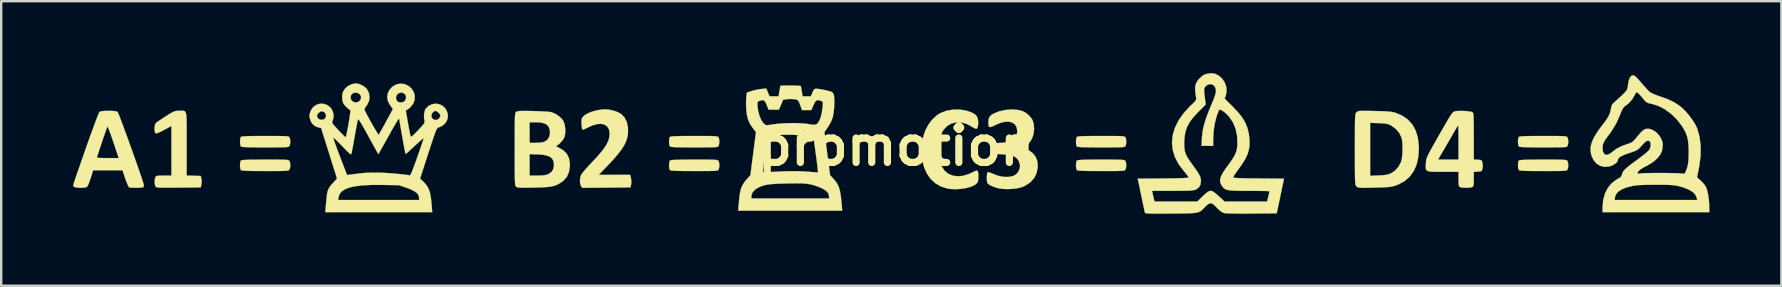
<source format=kicad_pcb>
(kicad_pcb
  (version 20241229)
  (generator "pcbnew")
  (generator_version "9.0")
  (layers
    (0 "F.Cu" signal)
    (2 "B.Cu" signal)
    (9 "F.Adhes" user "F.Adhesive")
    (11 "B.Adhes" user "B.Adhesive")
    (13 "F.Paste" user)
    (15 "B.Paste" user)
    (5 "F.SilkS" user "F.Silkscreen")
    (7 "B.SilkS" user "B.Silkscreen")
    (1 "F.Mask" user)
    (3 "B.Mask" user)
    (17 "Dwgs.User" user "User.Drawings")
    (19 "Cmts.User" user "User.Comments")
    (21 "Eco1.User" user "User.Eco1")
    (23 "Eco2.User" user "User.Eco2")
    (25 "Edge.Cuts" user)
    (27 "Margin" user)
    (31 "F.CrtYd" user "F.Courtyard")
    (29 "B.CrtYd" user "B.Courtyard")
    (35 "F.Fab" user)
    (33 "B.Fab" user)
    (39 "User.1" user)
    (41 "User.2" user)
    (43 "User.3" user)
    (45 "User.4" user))
  (footprint "promotion"
    (layer "F.Cu")
    (at 34.286 3.028)
    (property "Reference" "promotion" (at 0 0 0) (layer "F.SilkS") (effects (font (size 1.524 1.524) (thickness 0.3))))
    (attr through_hole)
    (fp_poly (pts (xy -26.009 -0.413) (xy -25.79 -0.412) (xy -25.622 -0.41) (xy -25.497 -0.407) (xy -25.407 -0.402) (xy -25.347 -0.394) (xy -25.31 -0.384) (xy -25.288 -0.371) (xy -25.276 -0.354) (xy -25.274 -0.351) (xy -25.252 -0.278) (xy -25.241 -0.182) (xy -25.241 -0.175) (xy -25.25 -0.079) (xy -25.272 -0.002) (xy -25.274 0.002) (xy -25.286 0.019) (xy -25.306 0.033) (xy -25.34 0.044) (xy -25.396 0.051) (xy -25.48 0.057) (xy -25.599 0.06) (xy -25.76 0.062) (xy -25.97 0.063) (xy -26.235 0.063) (xy -26.284 0.064) (xy -26.584 0.063) (xy -26.824 0.06) (xy -27.011 0.056) (xy -27.147 0.05) (xy -27.238 0.042) (xy -27.288 0.032) (xy -27.299 0.025) (xy -27.323 -0.032) (xy -27.334 -0.126) (xy -27.334 -0.231) (xy -27.321 -0.324) (xy -27.299 -0.375) (xy -27.268 -0.386) (xy -27.198 -0.396) (xy -27.086 -0.403) (xy -26.925 -0.408) (xy -26.713 -0.411) (xy -26.443 -0.413) (xy -26.284 -0.413) (xy -26.009 -0.413)) (stroke (width 0.01) (type solid)) (fill yes) (layer "F.SilkS"))
    (fp_poly (pts (xy -26.009 0.572) (xy -25.79 0.572) (xy -25.622 0.574) (xy -25.497 0.577) (xy -25.407 0.583) (xy -25.347 0.59) (xy -25.31 0.6) (xy -25.288 0.613) (xy -25.276 0.63) (xy -25.274 0.633) (xy -25.252 0.706) (xy -25.241 0.802) (xy -25.241 0.81) (xy -25.25 0.905) (xy -25.272 0.982) (xy -25.274 0.986) (xy -25.286 1.004) (xy -25.306 1.017) (xy -25.34 1.028) (xy -25.396 1.036) (xy -25.48 1.041) (xy -25.599 1.045) (xy -25.76 1.047) (xy -25.97 1.048) (xy -26.235 1.048) (xy -26.284 1.048) (xy -26.584 1.047) (xy -26.824 1.045) (xy -27.011 1.041) (xy -27.147 1.034) (xy -27.238 1.026) (xy -27.288 1.016) (xy -27.299 1.01) (xy -27.321 0.958) (xy -27.334 0.867) (xy -27.337 0.81) (xy -27.33 0.709) (xy -27.312 0.632) (xy -27.299 0.61) (xy -27.268 0.598) (xy -27.198 0.589) (xy -27.086 0.582) (xy -26.925 0.576) (xy -26.713 0.573) (xy -26.443 0.572) (xy -26.284 0.572) (xy -26.009 0.572)) (stroke (width 0.01) (type solid)) (fill yes) (layer "F.SilkS"))
    (fp_poly (pts (xy -8.134 -0.413) (xy -7.915 -0.412) (xy -7.747 -0.41) (xy -7.621 -0.407) (xy -7.532 -0.402) (xy -7.472 -0.394) (xy -7.435 -0.384) (xy -7.413 -0.371) (xy -7.401 -0.354) (xy -7.399 -0.351) (xy -7.376 -0.278) (xy -7.366 -0.182) (xy -7.366 -0.175) (xy -7.375 -0.079) (xy -7.397 -0.002) (xy -7.399 0.002) (xy -7.411 0.019) (xy -7.43 0.033) (xy -7.465 0.044) (xy -7.521 0.051) (xy -7.605 0.057) (xy -7.724 0.06) (xy -7.885 0.062) (xy -8.095 0.063) (xy -8.36 0.063) (xy -8.409 0.064) (xy -8.708 0.063) (xy -8.949 0.06) (xy -9.135 0.056) (xy -9.272 0.05) (xy -9.363 0.042) (xy -9.412 0.032) (xy -9.423 0.025) (xy -9.445 -0.027) (xy -9.459 -0.117) (xy -9.461 -0.175) (xy -9.454 -0.275) (xy -9.436 -0.352) (xy -9.423 -0.375) (xy -9.393 -0.386) (xy -9.323 -0.396) (xy -9.21 -0.403) (xy -9.05 -0.408) (xy -8.837 -0.411) (xy -8.568 -0.413) (xy -8.409 -0.413) (xy -8.134 -0.413)) (stroke (width 0.01) (type solid)) (fill yes) (layer "F.SilkS"))
    (fp_poly (pts (xy -8.134 0.572) (xy -7.915 0.572) (xy -7.747 0.574) (xy -7.621 0.577) (xy -7.532 0.583) (xy -7.472 0.59) (xy -7.435 0.6) (xy -7.413 0.613) (xy -7.401 0.63) (xy -7.399 0.633) (xy -7.376 0.706) (xy -7.366 0.802) (xy -7.366 0.81) (xy -7.375 0.905) (xy -7.397 0.982) (xy -7.399 0.986) (xy -7.411 1.004) (xy -7.43 1.017) (xy -7.465 1.028) (xy -7.521 1.036) (xy -7.605 1.041) (xy -7.724 1.045) (xy -7.885 1.047) (xy -8.095 1.048) (xy -8.36 1.048) (xy -8.409 1.048) (xy -8.708 1.047) (xy -8.949 1.045) (xy -9.135 1.041) (xy -9.272 1.034) (xy -9.363 1.026) (xy -9.412 1.016) (xy -9.423 1.01) (xy -9.445 0.958) (xy -9.459 0.867) (xy -9.461 0.81) (xy -9.454 0.709) (xy -9.436 0.632) (xy -9.423 0.61) (xy -9.393 0.598) (xy -9.323 0.589) (xy -9.21 0.582) (xy -9.05 0.576) (xy -8.837 0.573) (xy -8.568 0.572) (xy -8.409 0.572) (xy -8.134 0.572)) (stroke (width 0.01) (type solid)) (fill yes) (layer "F.SilkS"))
    (fp_poly (pts (xy 8.821 -0.413) (xy 9.039 -0.412) (xy 9.208 -0.41) (xy 9.333 -0.407) (xy 9.422 -0.402) (xy 9.482 -0.394) (xy 9.52 -0.384) (xy 9.541 -0.371) (xy 9.554 -0.354) (xy 9.556 -0.351) (xy 9.578 -0.278) (xy 9.588 -0.182) (xy 9.588 -0.175) (xy 9.58 -0.079) (xy 9.558 -0.002) (xy 9.556 0.002) (xy 9.544 0.019) (xy 9.524 0.033) (xy 9.49 0.044) (xy 9.434 0.051) (xy 9.35 0.057) (xy 9.231 0.06) (xy 9.07 0.062) (xy 8.86 0.063) (xy 8.594 0.063) (xy 8.546 0.064) (xy 8.246 0.063) (xy 8.005 0.06) (xy 7.819 0.056) (xy 7.683 0.05) (xy 7.592 0.042) (xy 7.542 0.032) (xy 7.531 0.025) (xy 7.509 -0.027) (xy 7.495 -0.117) (xy 7.493 -0.175) (xy 7.5 -0.275) (xy 7.518 -0.352) (xy 7.531 -0.375) (xy 7.562 -0.386) (xy 7.631 -0.396) (xy 7.744 -0.403) (xy 7.905 -0.408) (xy 8.117 -0.411) (xy 8.387 -0.413) (xy 8.546 -0.413) (xy 8.821 -0.413)) (stroke (width 0.01) (type solid)) (fill yes) (layer "F.SilkS"))
    (fp_poly (pts (xy 8.821 0.572) (xy 9.039 0.572) (xy 9.208 0.574) (xy 9.333 0.577) (xy 9.422 0.583) (xy 9.482 0.59) (xy 9.52 0.6) (xy 9.541 0.613) (xy 9.554 0.63) (xy 9.556 0.633) (xy 9.578 0.706) (xy 9.588 0.802) (xy 9.588 0.81) (xy 9.58 0.905) (xy 9.558 0.982) (xy 9.556 0.986) (xy 9.544 1.004) (xy 9.524 1.017) (xy 9.49 1.028) (xy 9.434 1.036) (xy 9.35 1.041) (xy 9.231 1.045) (xy 9.07 1.047) (xy 8.86 1.048) (xy 8.594 1.048) (xy 8.546 1.048) (xy 8.246 1.047) (xy 8.005 1.045) (xy 7.819 1.041) (xy 7.683 1.034) (xy 7.592 1.026) (xy 7.542 1.016) (xy 7.531 1.01) (xy 7.509 0.958) (xy 7.495 0.867) (xy 7.493 0.81) (xy 7.5 0.709) (xy 7.518 0.632) (xy 7.531 0.61) (xy 7.562 0.598) (xy 7.631 0.589) (xy 7.744 0.582) (xy 7.905 0.576) (xy 8.117 0.573) (xy 8.387 0.572) (xy 8.546 0.572) (xy 8.821 0.572)) (stroke (width 0.01) (type solid)) (fill yes) (layer "F.SilkS"))
    (fp_poly (pts (xy 27.236 -0.413) (xy 27.454 -0.412) (xy 27.623 -0.41) (xy 27.748 -0.407) (xy 27.837 -0.402) (xy 27.897 -0.394) (xy 27.935 -0.384) (xy 27.956 -0.371) (xy 27.969 -0.354) (xy 27.971 -0.351) (xy 27.993 -0.278) (xy 28.003 -0.182) (xy 28.003 -0.175) (xy 27.995 -0.079) (xy 27.973 -0.002) (xy 27.971 0.002) (xy 27.959 0.019) (xy 27.939 0.033) (xy 27.905 0.044) (xy 27.849 0.051) (xy 27.765 0.057) (xy 27.646 0.06) (xy 27.485 0.062) (xy 27.275 0.063) (xy 27.009 0.063) (xy 26.961 0.064) (xy 26.661 0.063) (xy 26.42 0.06) (xy 26.234 0.056) (xy 26.098 0.05) (xy 26.007 0.042) (xy 25.957 0.032) (xy 25.946 0.025) (xy 25.924 -0.027) (xy 25.91 -0.117) (xy 25.908 -0.175) (xy 25.915 -0.275) (xy 25.933 -0.352) (xy 25.946 -0.375) (xy 25.977 -0.386) (xy 26.046 -0.396) (xy 26.159 -0.403) (xy 26.32 -0.408) (xy 26.532 -0.411) (xy 26.802 -0.413) (xy 26.961 -0.413) (xy 27.236 -0.413)) (stroke (width 0.01) (type solid)) (fill yes) (layer "F.SilkS"))
    (fp_poly (pts (xy 27.236 0.572) (xy 27.454 0.572) (xy 27.623 0.574) (xy 27.748 0.577) (xy 27.837 0.583) (xy 27.897 0.59) (xy 27.935 0.6) (xy 27.956 0.613) (xy 27.969 0.63) (xy 27.971 0.633) (xy 27.993 0.706) (xy 28.003 0.802) (xy 28.003 0.81) (xy 27.995 0.905) (xy 27.973 0.982) (xy 27.971 0.986) (xy 27.959 1.004) (xy 27.939 1.017) (xy 27.905 1.028) (xy 27.849 1.036) (xy 27.765 1.041) (xy 27.646 1.045) (xy 27.485 1.047) (xy 27.275 1.048) (xy 27.009 1.048) (xy 26.961 1.048) (xy 26.661 1.047) (xy 26.42 1.045) (xy 26.234 1.041) (xy 26.098 1.034) (xy 26.007 1.026) (xy 25.957 1.016) (xy 25.946 1.01) (xy 25.924 0.958) (xy 25.91 0.867) (xy 25.908 0.81) (xy 25.915 0.709) (xy 25.933 0.632) (xy 25.946 0.61) (xy 25.977 0.598) (xy 26.046 0.589) (xy 26.159 0.582) (xy 26.32 0.576) (xy 26.532 0.573) (xy 26.802 0.572) (xy 26.961 0.572) (xy 27.236 0.572)) (stroke (width 0.01) (type solid)) (fill yes) (layer "F.SilkS"))
    (fp_poly (pts (xy -29.68 -1.46) (xy -29.641 -1.446) (xy -29.612 -1.414) (xy -29.59 -1.361) (xy -29.575 -1.28) (xy -29.566 -1.166) (xy -29.561 -1.013) (xy -29.559 -0.816) (xy -29.559 -0.569) (xy -29.559 -0.267) (xy -29.559 -0.093) (xy -29.559 1.236) (xy -28.974 1.254) (xy -28.945 1.357) (xy -28.931 1.477) (xy -28.944 1.595) (xy -28.972 1.73) (xy -29.899 1.739) (xy -30.166 1.741) (xy -30.377 1.742) (xy -30.538 1.742) (xy -30.657 1.739) (xy -30.74 1.735) (xy -30.795 1.727) (xy -30.829 1.717) (xy -30.848 1.703) (xy -30.86 1.685) (xy -30.884 1.598) (xy -30.892 1.481) (xy -30.881 1.367) (xy -30.86 1.3) (xy -30.838 1.271) (xy -30.801 1.253) (xy -30.735 1.243) (xy -30.628 1.239) (xy -30.511 1.238) (xy -30.194 1.238) (xy -30.194 -0.83) (xy -30.497 -0.666) (xy -30.625 -0.601) (xy -30.735 -0.551) (xy -30.815 -0.523) (xy -30.846 -0.52) (xy -30.877 -0.562) (xy -30.893 -0.645) (xy -30.895 -0.748) (xy -30.883 -0.85) (xy -30.858 -0.93) (xy -30.837 -0.959) (xy -30.79 -0.994) (xy -30.702 -1.054) (xy -30.583 -1.132) (xy -30.448 -1.22) (xy -30.426 -1.234) (xy -30.281 -1.326) (xy -30.175 -1.389) (xy -30.095 -1.428) (xy -30.028 -1.45) (xy -29.96 -1.459) (xy -29.877 -1.46) (xy -29.865 -1.461) (xy -29.791 -1.462) (xy -29.73 -1.464) (xy -29.68 -1.46)) (stroke (width 0.01) (type solid)) (fill yes) (layer "F.SilkS"))
    (fp_poly (pts (xy -11.941 -1.507) (xy -11.75 -1.462) (xy -11.574 -1.395) (xy -11.445 -1.319) (xy -11.314 -1.18) (xy -11.222 -0.998) (xy -11.174 -0.783) (xy -11.171 -0.542) (xy -11.177 -0.485) (xy -11.205 -0.333) (xy -11.255 -0.182) (xy -11.329 -0.028) (xy -11.434 0.138) (xy -11.572 0.322) (xy -11.749 0.529) (xy -11.969 0.768) (xy -12.071 0.875) (xy -12.391 1.206) (xy -11.083 1.206) (xy -11.049 1.335) (xy -11.03 1.498) (xy -11.04 1.597) (xy -11.067 1.73) (xy -12.072 1.739) (xy -13.077 1.747) (xy -13.127 1.676) (xy -13.164 1.579) (xy -13.174 1.449) (xy -13.158 1.311) (xy -13.13 1.221) (xy -13.094 1.163) (xy -13.02 1.069) (xy -12.919 0.95) (xy -12.797 0.815) (xy -12.685 0.696) (xy -12.465 0.461) (xy -12.29 0.259) (xy -12.155 0.084) (xy -12.057 -0.072) (xy -11.991 -0.215) (xy -11.953 -0.353) (xy -11.938 -0.492) (xy -11.938 -0.524) (xy -11.962 -0.683) (xy -12.032 -0.803) (xy -12.141 -0.882) (xy -12.285 -0.918) (xy -12.457 -0.909) (xy -12.653 -0.854) (xy -12.826 -0.774) (xy -12.932 -0.721) (xy -13.017 -0.686) (xy -13.066 -0.676) (xy -13.071 -0.678) (xy -13.085 -0.719) (xy -13.098 -0.805) (xy -13.107 -0.906) (xy -13.11 -1.042) (xy -13.095 -1.134) (xy -13.068 -1.19) (xy -12.984 -1.274) (xy -12.85 -1.353) (xy -12.681 -1.422) (xy -12.49 -1.477) (xy -12.293 -1.512) (xy -12.123 -1.524) (xy -11.941 -1.507)) (stroke (width 0.01) (type solid)) (fill yes) (layer "F.SilkS"))
    (fp_poly (pts (xy 2.896 -1.476) (xy 3.139 -1.394) (xy 3.23 -1.347) (xy 3.323 -1.28) (xy 3.376 -1.203) (xy 3.399 -1.137) (xy 3.416 -1.028) (xy 3.417 -0.912) (xy 3.402 -0.807) (xy 3.375 -0.733) (xy 3.352 -0.711) (xy 3.305 -0.719) (xy 3.226 -0.756) (xy 3.161 -0.796) (xy 2.94 -0.915) (xy 2.719 -0.976) (xy 2.505 -0.981) (xy 2.306 -0.932) (xy 2.128 -0.829) (xy 1.979 -0.675) (xy 1.89 -0.529) (xy 1.814 -0.314) (xy 1.77 -0.064) (xy 1.76 0.203) (xy 1.783 0.468) (xy 1.84 0.711) (xy 1.892 0.844) (xy 2.008 1.023) (xy 2.162 1.154) (xy 2.347 1.236) (xy 2.556 1.268) (xy 2.784 1.248) (xy 3.024 1.175) (xy 3.134 1.125) (xy 3.254 1.066) (xy 3.33 1.036) (xy 3.375 1.032) (xy 3.399 1.049) (xy 3.399 1.05) (xy 3.418 1.116) (xy 3.427 1.219) (xy 3.425 1.338) (xy 3.414 1.446) (xy 3.399 1.505) (xy 3.336 1.586) (xy 3.222 1.658) (xy 3.068 1.718) (xy 2.883 1.764) (xy 2.679 1.794) (xy 2.468 1.805) (xy 2.261 1.795) (xy 2.133 1.776) (xy 1.868 1.693) (xy 1.633 1.556) (xy 1.434 1.372) (xy 1.275 1.143) (xy 1.161 0.876) (xy 1.128 0.759) (xy 1.101 0.592) (xy 1.086 0.384) (xy 1.081 0.157) (xy 1.089 -0.066) (xy 1.108 -0.265) (xy 1.128 -0.378) (xy 1.216 -0.643) (xy 1.347 -0.89) (xy 1.513 -1.106) (xy 1.704 -1.279) (xy 1.847 -1.368) (xy 2.089 -1.461) (xy 2.355 -1.509) (xy 2.63 -1.514) (xy 2.896 -1.476)) (stroke (width 0.01) (type solid)) (fill yes) (layer "F.SilkS"))
    (fp_poly (pts (xy 5.077 -1.497) (xy 5.247 -1.457) (xy 5.39 -1.386) (xy 5.529 -1.275) (xy 5.641 -1.144) (xy 5.687 -1.065) (xy 5.734 -0.901) (xy 5.748 -0.708) (xy 5.728 -0.513) (xy 5.675 -0.34) (xy 5.672 -0.333) (xy 5.598 -0.199) (xy 5.514 -0.105) (xy 5.398 -0.028) (xy 5.347 -0.002) (xy 5.274 0.037) (xy 5.253 0.06) (xy 5.277 0.076) (xy 5.286 0.08) (xy 5.52 0.18) (xy 5.698 0.309) (xy 5.819 0.467) (xy 5.886 0.656) (xy 5.9 0.877) (xy 5.898 0.904) (xy 5.849 1.14) (xy 5.746 1.345) (xy 5.589 1.518) (xy 5.382 1.656) (xy 5.248 1.715) (xy 5.079 1.761) (xy 4.872 1.79) (xy 4.649 1.8) (xy 4.436 1.792) (xy 4.254 1.764) (xy 4.247 1.762) (xy 4.087 1.714) (xy 3.951 1.656) (xy 3.85 1.596) (xy 3.799 1.541) (xy 3.798 1.539) (xy 3.785 1.471) (xy 3.779 1.373) (xy 3.78 1.266) (xy 3.788 1.171) (xy 3.802 1.108) (xy 3.81 1.095) (xy 3.854 1.097) (xy 3.935 1.122) (xy 4.011 1.155) (xy 4.246 1.245) (xy 4.476 1.291) (xy 4.689 1.294) (xy 4.875 1.253) (xy 4.965 1.209) (xy 5.065 1.116) (xy 5.135 0.989) (xy 5.163 0.853) (xy 5.157 0.781) (xy 5.111 0.636) (xy 5.039 0.526) (xy 4.932 0.447) (xy 4.783 0.394) (xy 4.585 0.362) (xy 4.445 0.351) (xy 4.112 0.333) (xy 4.083 0.216) (xy 4.07 0.076) (xy 4.084 -0.006) (xy 4.114 -0.111) (xy 4.414 -0.129) (xy 4.603 -0.148) (xy 4.747 -0.176) (xy 4.819 -0.202) (xy 4.942 -0.301) (xy 5.021 -0.438) (xy 5.048 -0.603) (xy 5.024 -0.766) (xy 4.954 -0.89) (xy 4.844 -0.971) (xy 4.698 -1.009) (xy 4.522 -1.003) (xy 4.321 -0.951) (xy 4.139 -0.872) (xy 4.008 -0.809) (xy 3.923 -0.783) (xy 3.873 -0.795) (xy 3.849 -0.85) (xy 3.842 -0.95) (xy 3.842 -0.974) (xy 3.854 -1.116) (xy 3.896 -1.217) (xy 3.982 -1.297) (xy 4.056 -1.342) (xy 4.285 -1.437) (xy 4.546 -1.496) (xy 4.817 -1.517) (xy 5.077 -1.497)) (stroke (width 0.01) (type solid)) (fill yes) (layer "F.SilkS"))
    (fp_poly (pts (xy 23.641 -1.457) (xy 23.782 -1.448) (xy 23.904 -1.433) (xy 23.989 -1.414) (xy 24.014 -1.401) (xy 24.029 -1.383) (xy 24.041 -1.352) (xy 24.05 -1.301) (xy 24.057 -1.223) (xy 24.061 -1.112) (xy 24.064 -0.961) (xy 24.066 -0.762) (xy 24.066 -0.509) (xy 24.067 -0.395) (xy 24.067 0.568) (xy 24.233 0.578) (xy 24.331 0.586) (xy 24.384 0.603) (xy 24.411 0.643) (xy 24.429 0.706) (xy 24.442 0.859) (xy 24.429 0.945) (xy 24.409 1.014) (xy 24.38 1.051) (xy 24.323 1.066) (xy 24.233 1.073) (xy 24.067 1.083) (xy 24.067 1.382) (xy 24.065 1.524) (xy 24.059 1.616) (xy 24.046 1.671) (xy 24.024 1.701) (xy 24.005 1.713) (xy 23.934 1.733) (xy 23.824 1.743) (xy 23.7 1.744) (xy 23.585 1.736) (xy 23.502 1.719) (xy 23.487 1.712) (xy 23.46 1.687) (xy 23.444 1.641) (xy 23.435 1.561) (xy 23.432 1.436) (xy 23.431 1.38) (xy 23.431 1.079) (xy 22.782 1.079) (xy 22.548 1.079) (xy 22.37 1.077) (xy 22.241 1.068) (xy 22.153 1.049) (xy 22.099 1.016) (xy 22.072 0.965) (xy 22.064 0.893) (xy 22.068 0.796) (xy 22.073 0.715) (xy 22.078 0.654) (xy 22.084 0.598) (xy 22.09 0.572) (xy 22.576 0.572) (xy 23.431 0.572) (xy 23.431 -0.143) (xy 23.431 -0.348) (xy 23.429 -0.53) (xy 23.427 -0.681) (xy 23.424 -0.79) (xy 23.42 -0.849) (xy 23.418 -0.857) (xy 23.398 -0.831) (xy 23.354 -0.76) (xy 23.29 -0.655) (xy 23.214 -0.525) (xy 23.2 -0.5) (xy 23.095 -0.318) (xy 22.975 -0.112) (xy 22.858 0.091) (xy 22.785 0.214) (xy 22.576 0.572) (xy 22.09 0.572) (xy 22.097 0.542) (xy 22.118 0.479) (xy 22.152 0.402) (xy 22.2 0.305) (xy 22.267 0.18) (xy 22.355 0.021) (xy 22.468 -0.179) (xy 22.609 -0.427) (xy 22.628 -0.461) (xy 22.774 -0.716) (xy 22.892 -0.921) (xy 22.986 -1.082) (xy 23.06 -1.205) (xy 23.118 -1.294) (xy 23.164 -1.356) (xy 23.2 -1.397) (xy 23.231 -1.421) (xy 23.261 -1.434) (xy 23.276 -1.438) (xy 23.371 -1.453) (xy 23.498 -1.458) (xy 23.641 -1.457)) (stroke (width 0.01) (type solid)) (fill yes) (layer "F.SilkS"))
    (fp_poly (pts (xy 19.568 -1.46) (xy 19.749 -1.457) (xy 19.934 -1.453) (xy 20.174 -1.447) (xy 20.36 -1.44) (xy 20.503 -1.432) (xy 20.615 -1.42) (xy 20.705 -1.405) (xy 20.784 -1.385) (xy 20.82 -1.373) (xy 21.097 -1.253) (xy 21.327 -1.091) (xy 21.51 -0.885) (xy 21.647 -0.637) (xy 21.735 -0.348) (xy 21.776 -0.017) (xy 21.779 0.111) (xy 21.756 0.466) (xy 21.685 0.779) (xy 21.566 1.049) (xy 21.401 1.277) (xy 21.189 1.463) (xy 20.931 1.606) (xy 20.787 1.659) (xy 20.709 1.682) (xy 20.623 1.7) (xy 20.52 1.713) (xy 20.389 1.723) (xy 20.219 1.731) (xy 19.999 1.737) (xy 19.919 1.739) (xy 19.696 1.743) (xy 19.527 1.746) (xy 19.405 1.745) (xy 19.319 1.741) (xy 19.262 1.733) (xy 19.225 1.721) (xy 19.198 1.702) (xy 19.18 1.686) (xy 19.165 1.669) (xy 19.152 1.649) (xy 19.141 1.62) (xy 19.133 1.575) (xy 19.126 1.511) (xy 19.121 1.42) (xy 19.118 1.298) (xy 19.117 1.246) (xy 19.748 1.246) (xy 20.106 1.232) (xy 20.282 1.222) (xy 20.412 1.207) (xy 20.512 1.184) (xy 20.599 1.151) (xy 20.615 1.144) (xy 20.788 1.028) (xy 20.933 0.865) (xy 21.035 0.672) (xy 21.041 0.654) (xy 21.07 0.53) (xy 21.089 0.364) (xy 21.098 0.175) (xy 21.097 -0.016) (xy 21.085 -0.189) (xy 21.062 -0.324) (xy 21.057 -0.34) (xy 20.97 -0.527) (xy 20.833 -0.694) (xy 20.661 -0.826) (xy 20.637 -0.84) (xy 20.553 -0.882) (xy 20.476 -0.91) (xy 20.388 -0.928) (xy 20.272 -0.939) (xy 20.11 -0.947) (xy 20.106 -0.947) (xy 19.748 -0.96) (xy 19.748 1.246) (xy 19.117 1.246) (xy 19.116 1.139) (xy 19.114 0.937) (xy 19.114 0.686) (xy 19.114 0.381) (xy 19.113 0.143) (xy 19.114 -0.201) (xy 19.114 -0.488) (xy 19.115 -0.722) (xy 19.116 -0.91) (xy 19.119 -1.056) (xy 19.123 -1.167) (xy 19.128 -1.249) (xy 19.135 -1.306) (xy 19.145 -1.345) (xy 19.156 -1.371) (xy 19.17 -1.389) (xy 19.18 -1.4) (xy 19.205 -1.422) (xy 19.234 -1.439) (xy 19.276 -1.45) (xy 19.34 -1.457) (xy 19.434 -1.46) (xy 19.568 -1.46)) (stroke (width 0.01) (type solid)) (fill yes) (layer "F.SilkS"))
    (fp_poly (pts (xy -32.617 -1.455) (xy -32.509 -1.442) (xy -32.444 -1.423) (xy -32.44 -1.421) (xy -32.421 -1.385) (xy -32.384 -1.296) (xy -32.331 -1.162) (xy -32.265 -0.988) (xy -32.188 -0.782) (xy -32.103 -0.551) (xy -32.012 -0.301) (xy -31.918 -0.041) (xy -31.823 0.224) (xy -31.73 0.486) (xy -31.641 0.738) (xy -31.559 0.973) (xy -31.486 1.185) (xy -31.425 1.366) (xy -31.378 1.509) (xy -31.348 1.608) (xy -31.337 1.655) (xy -31.337 1.656) (xy -31.363 1.711) (xy -31.387 1.727) (xy -31.448 1.737) (xy -31.551 1.744) (xy -31.674 1.746) (xy -31.796 1.744) (xy -31.897 1.737) (xy -31.952 1.728) (xy -31.982 1.691) (xy -32.024 1.605) (xy -32.074 1.481) (xy -32.116 1.363) (xy -32.232 1.016) (xy -33.456 1.016) (xy -33.558 1.341) (xy -33.605 1.479) (xy -33.651 1.596) (xy -33.69 1.678) (xy -33.711 1.707) (xy -33.775 1.73) (xy -33.876 1.744) (xy -33.996 1.747) (xy -34.113 1.741) (xy -34.207 1.724) (xy -34.257 1.7) (xy -34.267 1.69) (xy -34.275 1.682) (xy -34.281 1.67) (xy -34.281 1.651) (xy -34.276 1.618) (xy -34.263 1.568) (xy -34.241 1.496) (xy -34.209 1.396) (xy -34.165 1.264) (xy -34.107 1.096) (xy -34.033 0.886) (xy -33.944 0.63) (xy -33.887 0.468) (xy -33.298 0.468) (xy -33.289 0.484) (xy -33.245 0.496) (xy -33.158 0.503) (xy -33.022 0.507) (xy -32.851 0.508) (xy -32.39 0.508) (xy -32.613 -0.161) (xy -32.679 -0.353) (xy -32.739 -0.521) (xy -32.79 -0.657) (xy -32.83 -0.753) (xy -32.855 -0.801) (xy -32.861 -0.804) (xy -32.878 -0.767) (xy -32.911 -0.679) (xy -32.957 -0.55) (xy -33.012 -0.39) (xy -33.074 -0.207) (xy -33.084 -0.175) (xy -33.146 0.012) (xy -33.201 0.179) (xy -33.247 0.317) (xy -33.28 0.416) (xy -33.297 0.466) (xy -33.298 0.468) (xy -33.887 0.468) (xy -33.836 0.323) (xy -33.729 0.016) (xy -33.627 -0.272) (xy -33.531 -0.54) (xy -33.442 -0.784) (xy -33.362 -0.997) (xy -33.295 -1.174) (xy -33.241 -1.307) (xy -33.204 -1.392) (xy -33.187 -1.421) (xy -33.128 -1.44) (xy -33.024 -1.454) (xy -32.892 -1.46) (xy -32.751 -1.461) (xy -32.617 -1.455)) (stroke (width 0.01) (type solid)) (fill yes) (layer "F.SilkS"))
    (fp_poly (pts (xy -15.405 -1.456) (xy -15.198 -1.453) (xy -15.113 -1.451) (xy -14.903 -1.445) (xy -14.71 -1.436) (xy -14.546 -1.426) (xy -14.421 -1.414) (xy -14.349 -1.401) (xy -14.345 -1.4) (xy -14.194 -1.334) (xy -14.048 -1.237) (xy -13.928 -1.126) (xy -13.862 -1.032) (xy -13.809 -0.884) (xy -13.784 -0.71) (xy -13.786 -0.534) (xy -13.816 -0.381) (xy -13.838 -0.327) (xy -13.896 -0.237) (xy -13.975 -0.144) (xy -14.059 -0.064) (xy -14.133 -0.011) (xy -14.17 0.002) (xy -14.165 0.014) (xy -14.114 0.045) (xy -14.049 0.076) (xy -13.856 0.192) (xy -13.717 0.338) (xy -13.63 0.517) (xy -13.594 0.733) (xy -13.596 0.872) (xy -13.634 1.1) (xy -13.719 1.288) (xy -13.855 1.443) (xy -13.95 1.516) (xy -14.052 1.58) (xy -14.15 1.63) (xy -14.256 1.667) (xy -14.378 1.694) (xy -14.528 1.713) (xy -14.716 1.726) (xy -14.952 1.734) (xy -15.097 1.738) (xy -15.327 1.742) (xy -15.501 1.743) (xy -15.629 1.741) (xy -15.719 1.735) (xy -15.778 1.725) (xy -15.816 1.711) (xy -15.827 1.704) (xy -15.842 1.691) (xy -15.854 1.673) (xy -15.864 1.645) (xy -15.872 1.6) (xy -15.878 1.534) (xy -15.883 1.441) (xy -15.886 1.316) (xy -15.887 1.238) (xy -15.272 1.238) (xy -14.946 1.238) (xy -14.773 1.234) (xy -14.646 1.222) (xy -14.549 1.2) (xy -14.488 1.177) (xy -14.36 1.089) (xy -14.283 0.964) (xy -14.256 0.8) (xy -14.256 0.792) (xy -14.273 0.647) (xy -14.327 0.535) (xy -14.424 0.452) (xy -14.569 0.397) (xy -14.765 0.365) (xy -14.93 0.355) (xy -15.272 0.344) (xy -15.272 1.238) (xy -15.887 1.238) (xy -15.889 1.152) (xy -15.89 0.945) (xy -15.891 0.689) (xy -15.891 0.379) (xy -15.891 0.143) (xy -15.891 -0.206) (xy -15.89 -0.497) (xy -15.89 -0.736) (xy -15.888 -0.927) (xy -15.887 -0.984) (xy -15.272 -0.984) (xy -15.272 -0.127) (xy -15.017 -0.127) (xy -14.862 -0.133) (xy -14.73 -0.151) (xy -14.652 -0.173) (xy -14.527 -0.256) (xy -14.45 -0.38) (xy -14.422 -0.54) (xy -14.423 -0.595) (xy -14.452 -0.742) (xy -14.517 -0.851) (xy -14.625 -0.925) (xy -14.78 -0.969) (xy -14.987 -0.984) (xy -15.017 -0.984) (xy -15.272 -0.984) (xy -15.887 -0.984) (xy -15.885 -1.077) (xy -15.882 -1.191) (xy -15.876 -1.274) (xy -15.87 -1.332) (xy -15.861 -1.37) (xy -15.85 -1.394) (xy -15.837 -1.41) (xy -15.827 -1.418) (xy -15.796 -1.434) (xy -15.747 -1.446) (xy -15.671 -1.453) (xy -15.56 -1.456) (xy -15.405 -1.456)) (stroke (width 0.01) (type solid)) (fill yes) (layer "F.SilkS"))
    (fp_poly (pts (xy -4.336 -2.513) (xy -4.201 -2.51) (xy -4.085 -2.505) (xy -4.005 -2.499) (xy -3.975 -2.493) (xy -3.965 -2.459) (xy -3.949 -2.38) (xy -3.931 -2.274) (xy -3.896 -2.064) (xy -3.552 -2.064) (xy -3.487 -2.223) (xy -3.444 -2.315) (xy -3.406 -2.363) (xy -3.358 -2.379) (xy -3.322 -2.381) (xy -3.225 -2.372) (xy -3.091 -2.35) (xy -2.944 -2.321) (xy -2.807 -2.287) (xy -2.704 -2.256) (xy -2.692 -2.251) (xy -2.64 -2.214) (xy -2.603 -2.148) (xy -2.582 -2.045) (xy -2.574 -1.898) (xy -2.579 -1.699) (xy -2.585 -1.577) (xy -2.607 -1.361) (xy -2.645 -1.181) (xy -2.708 -1.016) (xy -2.804 -0.843) (xy -2.888 -0.716) (xy -2.987 -0.573) (xy -2.752 1.222) (xy -2.618 1.365) (xy -2.521 1.477) (xy -2.446 1.59) (xy -2.388 1.715) (xy -2.344 1.864) (xy -2.311 2.047) (xy -2.284 2.276) (xy -2.269 2.437) (xy -2.248 2.699) (xy -6.578 2.699) (xy -6.557 2.421) (xy -6.536 2.191) (xy -6.032 2.191) (xy -2.794 2.191) (xy -2.794 2.098) (xy -2.824 1.981) (xy -2.913 1.875) (xy -3.064 1.779) (xy -3.2 1.719) (xy -3.346 1.666) (xy -3.478 1.625) (xy -3.609 1.595) (xy -3.75 1.575) (xy -3.911 1.563) (xy -4.105 1.559) (xy -4.342 1.56) (xy -4.564 1.565) (xy -4.834 1.572) (xy -5.052 1.582) (xy -5.227 1.596) (xy -5.37 1.615) (xy -5.49 1.641) (xy -5.599 1.675) (xy -5.707 1.72) (xy -5.766 1.748) (xy -5.899 1.838) (xy -5.991 1.954) (xy -6.031 2.081) (xy -6.032 2.103) (xy -6.032 2.191) (xy -6.536 2.191) (xy -6.534 2.169) (xy -6.507 1.968) (xy -6.47 1.807) (xy -6.419 1.672) (xy -6.351 1.552) (xy -6.262 1.435) (xy -6.213 1.379) (xy -6.071 1.221) (xy -6.053 1.081) (xy -5.556 1.081) (xy -5.538 1.102) (xy -5.475 1.108) (xy -5.36 1.1) (xy -5.358 1.099) (xy -5.257 1.091) (xy -5.11 1.082) (xy -4.93 1.073) (xy -4.736 1.064) (xy -4.62 1.059) (xy -4.364 1.054) (xy -4.099 1.056) (xy -3.852 1.064) (xy -3.67 1.076) (xy -3.517 1.089) (xy -3.388 1.098) (xy -3.297 1.104) (xy -3.255 1.104) (xy -3.254 1.104) (xy -3.255 1.071) (xy -3.264 0.986) (xy -3.279 0.86) (xy -3.298 0.705) (xy -3.321 0.53) (xy -3.345 0.348) (xy -3.369 0.169) (xy -3.392 0.005) (xy -3.412 -0.134) (xy -3.428 -0.237) (xy -3.438 -0.293) (xy -3.439 -0.298) (xy -3.48 -0.335) (xy -3.577 -0.368) (xy -3.73 -0.4) (xy -3.944 -0.431) (xy -4.08 -0.446) (xy -4.298 -0.463) (xy -4.524 -0.466) (xy -4.746 -0.459) (xy -4.951 -0.441) (xy -5.128 -0.414) (xy -5.264 -0.379) (xy -5.344 -0.339) (xy -5.364 -0.307) (xy -5.385 -0.238) (xy -5.407 -0.125) (xy -5.432 0.036) (xy -5.46 0.253) (xy -5.475 0.37) (xy -5.499 0.572) (xy -5.52 0.752) (xy -5.538 0.903) (xy -5.55 1.013) (xy -5.556 1.074) (xy -5.556 1.081) (xy -6.053 1.081) (xy -5.84 -0.575) (xy -5.966 -0.735) (xy -6.092 -0.921) (xy -6.177 -1.12) (xy -6.228 -1.349) (xy -6.248 -1.563) (xy -6.252 -1.722) (xy -6.251 -1.778) (xy -5.779 -1.778) (xy -5.776 -1.692) (xy -5.77 -1.604) (xy -5.742 -1.422) (xy -5.691 -1.243) (xy -5.623 -1.085) (xy -5.544 -0.963) (xy -5.499 -0.919) (xy -5.439 -0.876) (xy -5.402 -0.858) (xy -5.401 -0.858) (xy -5.363 -0.863) (xy -5.277 -0.875) (xy -5.157 -0.892) (xy -5.064 -0.905) (xy -4.84 -0.93) (xy -4.587 -0.945) (xy -4.324 -0.95) (xy -4.068 -0.946) (xy -3.837 -0.932) (xy -3.65 -0.909) (xy -3.635 -0.906) (xy -3.487 -0.882) (xy -3.385 -0.88) (xy -3.313 -0.905) (xy -3.256 -0.96) (xy -3.214 -1.024) (xy -3.151 -1.163) (xy -3.102 -1.349) (xy -3.067 -1.59) (xy -3.063 -1.627) (xy -3.052 -1.74) (xy -3.053 -1.807) (xy -3.068 -1.843) (xy -3.103 -1.864) (xy -3.126 -1.873) (xy -3.231 -1.905) (xy -3.305 -1.901) (xy -3.363 -1.854) (xy -3.418 -1.756) (xy -3.444 -1.699) (xy -3.531 -1.492) (xy -3.921 -1.493) (xy -4 -1.706) (xy -4.043 -1.817) (xy -4.077 -1.882) (xy -4.116 -1.917) (xy -4.174 -1.935) (xy -4.227 -1.944) (xy -4.351 -1.954) (xy -4.491 -1.951) (xy -4.542 -1.945) (xy -4.709 -1.921) (xy -4.797 -1.714) (xy -4.884 -1.508) (xy -5.315 -1.508) (xy -5.393 -1.707) (xy -5.447 -1.826) (xy -5.501 -1.89) (xy -5.568 -1.908) (xy -5.664 -1.886) (xy -5.702 -1.872) (xy -5.745 -1.853) (xy -5.77 -1.827) (xy -5.779 -1.778) (xy -6.251 -1.778) (xy -6.251 -1.878) (xy -6.244 -2.008) (xy -6.241 -2.046) (xy -6.219 -2.219) (xy -6.02 -2.285) (xy -5.873 -2.325) (xy -5.709 -2.358) (xy -5.616 -2.37) (xy -5.409 -2.389) (xy -5.342 -2.227) (xy -5.274 -2.064) (xy -5.087 -2.064) (xy -4.9 -2.064) (xy -4.82 -2.508) (xy -4.609 -2.513) (xy -4.477 -2.514) (xy -4.336 -2.513)) (stroke (width 0.01) (type solid)) (fill yes) (layer "F.SilkS"))
    (fp_poly (pts (xy 30.766 -2.921) (xy 30.809 -2.885) (xy 30.882 -2.811) (xy 30.975 -2.71) (xy 31.064 -2.607) (xy 31.169 -2.486) (xy 31.27 -2.375) (xy 31.352 -2.289) (xy 31.398 -2.245) (xy 31.468 -2.203) (xy 31.583 -2.15) (xy 31.727 -2.094) (xy 31.851 -2.052) (xy 32.158 -1.941) (xy 32.414 -1.818) (xy 32.633 -1.676) (xy 32.762 -1.569) (xy 32.899 -1.431) (xy 33.04 -1.265) (xy 33.171 -1.088) (xy 33.282 -0.915) (xy 33.36 -0.765) (xy 33.369 -0.74) (xy 33.471 -0.387) (xy 33.52 -0.003) (xy 33.517 0.409) (xy 33.461 0.843) (xy 33.447 0.914) (xy 33.367 1.312) (xy 33.524 1.45) (xy 33.619 1.546) (xy 33.703 1.652) (xy 33.745 1.722) (xy 33.79 1.85) (xy 33.828 2.022) (xy 33.857 2.222) (xy 33.874 2.431) (xy 33.877 2.558) (xy 33.877 2.762) (xy 29.432 2.762) (xy 29.433 2.548) (xy 29.459 2.254) (xy 29.932 2.254) (xy 33.376 2.254) (xy 33.355 2.167) (xy 33.297 2.035) (xy 33.187 1.92) (xy 33.023 1.82) (xy 32.802 1.733) (xy 32.626 1.683) (xy 32.534 1.662) (xy 32.441 1.646) (xy 32.336 1.634) (xy 32.208 1.626) (xy 32.048 1.622) (xy 31.843 1.62) (xy 31.648 1.619) (xy 31.369 1.621) (xy 31.144 1.626) (xy 30.964 1.634) (xy 30.819 1.647) (xy 30.701 1.665) (xy 30.677 1.67) (xy 30.416 1.737) (xy 30.215 1.819) (xy 30.072 1.919) (xy 29.983 2.037) (xy 29.951 2.138) (xy 29.932 2.254) (xy 29.459 2.254) (xy 29.459 2.251) (xy 29.534 1.982) (xy 29.655 1.746) (xy 29.819 1.549) (xy 30.021 1.398) (xy 30.085 1.364) (xy 30.179 1.307) (xy 30.227 1.242) (xy 30.237 1.206) (xy 30.256 1.138) (xy 30.287 1.074) (xy 30.337 1.008) (xy 30.414 0.933) (xy 30.523 0.842) (xy 30.672 0.728) (xy 30.851 0.597) (xy 31.031 0.463) (xy 31.182 0.345) (xy 31.297 0.247) (xy 31.37 0.175) (xy 31.391 0.147) (xy 31.425 0.049) (xy 31.437 -0.056) (xy 31.427 -0.145) (xy 31.396 -0.194) (xy 31.337 -0.218) (xy 31.276 -0.207) (xy 31.203 -0.156) (xy 31.107 -0.06) (xy 31.073 -0.021) (xy 30.995 0.066) (xy 30.931 0.127) (xy 30.866 0.173) (xy 30.783 0.213) (xy 30.667 0.256) (xy 30.537 0.299) (xy 30.346 0.367) (xy 30.211 0.428) (xy 30.124 0.487) (xy 30.078 0.548) (xy 30.067 0.605) (xy 30.039 0.67) (xy 29.963 0.74) (xy 29.856 0.804) (xy 29.731 0.852) (xy 29.7 0.86) (xy 29.508 0.875) (xy 29.331 0.831) (xy 29.177 0.733) (xy 29.053 0.585) (xy 28.971 0.41) (xy 28.932 0.227) (xy 28.936 0.08) (xy 29.432 0.08) (xy 29.449 0.234) (xy 29.497 0.333) (xy 29.573 0.376) (xy 29.673 0.362) (xy 29.793 0.288) (xy 29.835 0.252) (xy 30.02 0.114) (xy 30.254 -0.002) (xy 30.49 -0.085) (xy 30.591 -0.119) (xy 30.667 -0.16) (xy 30.737 -0.222) (xy 30.82 -0.317) (xy 30.846 -0.349) (xy 30.968 -0.495) (xy 31.063 -0.597) (xy 31.141 -0.663) (xy 31.211 -0.699) (xy 31.244 -0.709) (xy 31.381 -0.711) (xy 31.524 -0.662) (xy 31.66 -0.571) (xy 31.781 -0.449) (xy 31.874 -0.305) (xy 31.93 -0.151) (xy 31.941 -0.052) (xy 31.932 0.055) (xy 31.912 0.179) (xy 31.903 0.216) (xy 31.841 0.355) (xy 31.729 0.5) (xy 31.579 0.639) (xy 31.402 0.759) (xy 31.337 0.794) (xy 31.14 0.899) (xy 31.002 0.986) (xy 30.921 1.058) (xy 30.893 1.115) (xy 30.893 1.116) (xy 30.903 1.156) (xy 30.945 1.16) (xy 30.98 1.152) (xy 31.036 1.145) (xy 31.145 1.139) (xy 31.297 1.134) (xy 31.484 1.131) (xy 31.694 1.129) (xy 31.845 1.129) (xy 32.068 1.13) (xy 32.275 1.133) (xy 32.457 1.138) (xy 32.603 1.143) (xy 32.702 1.149) (xy 32.737 1.153) (xy 32.812 1.163) (xy 32.854 1.146) (xy 32.889 1.088) (xy 32.902 1.056) (xy 32.95 0.933) (xy 32.983 0.811) (xy 33.004 0.675) (xy 33.016 0.508) (xy 33.02 0.297) (xy 33.02 0.249) (xy 33.014 -0.009) (xy 32.992 -0.222) (xy 32.952 -0.404) (xy 32.887 -0.572) (xy 32.795 -0.741) (xy 32.733 -0.838) (xy 32.527 -1.103) (xy 32.29 -1.333) (xy 32.033 -1.522) (xy 31.764 -1.663) (xy 31.494 -1.748) (xy 31.469 -1.753) (xy 31.37 -1.774) (xy 31.299 -1.798) (xy 31.239 -1.839) (xy 31.172 -1.908) (xy 31.091 -2.005) (xy 31.006 -2.104) (xy 30.932 -2.183) (xy 30.882 -2.23) (xy 30.871 -2.236) (xy 30.83 -2.219) (xy 30.779 -2.14) (xy 30.754 -2.087) (xy 30.657 -1.927) (xy 30.514 -1.77) (xy 30.343 -1.636) (xy 30.28 -1.565) (xy 30.214 -1.433) (xy 30.179 -1.34) (xy 30.005 -0.942) (xy 29.778 -0.572) (xy 29.712 -0.485) (xy 29.598 -0.334) (xy 29.52 -0.219) (xy 29.47 -0.127) (xy 29.443 -0.045) (xy 29.433 0.039) (xy 29.432 0.08) (xy 28.936 0.08) (xy 28.937 0.038) (xy 28.988 -0.161) (xy 29.088 -0.378) (xy 29.238 -0.617) (xy 29.403 -0.839) (xy 29.538 -1.015) (xy 29.636 -1.158) (xy 29.704 -1.282) (xy 29.749 -1.399) (xy 29.778 -1.522) (xy 29.783 -1.551) (xy 29.805 -1.658) (xy 29.838 -1.732) (xy 29.899 -1.8) (xy 29.963 -1.856) (xy 30.065 -1.945) (xy 30.185 -2.055) (xy 30.293 -2.158) (xy 30.383 -2.25) (xy 30.438 -2.319) (xy 30.468 -2.386) (xy 30.484 -2.47) (xy 30.491 -2.533) (xy 30.521 -2.713) (xy 30.57 -2.843) (xy 30.635 -2.919) (xy 30.713 -2.939) (xy 30.766 -2.921)) (stroke (width 0.01) (type solid)) (fill yes) (layer "F.SilkS"))
    (fp_poly (pts (xy 13.261 -3.011) (xy 13.267 -3.01) (xy 13.436 -2.933) (xy 13.578 -2.809) (xy 13.685 -2.651) (xy 13.751 -2.471) (xy 13.77 -2.284) (xy 13.736 -2.104) (xy 13.688 -1.97) (xy 14.031 -1.628) (xy 14.251 -1.394) (xy 14.421 -1.178) (xy 14.547 -0.967) (xy 14.635 -0.749) (xy 14.692 -0.514) (xy 14.72 -0.288) (xy 14.725 -0.064) (xy 14.7 0.144) (xy 14.64 0.346) (xy 14.54 0.556) (xy 14.397 0.784) (xy 14.28 0.947) (xy 14.188 1.073) (xy 14.113 1.183) (xy 14.062 1.266) (xy 14.043 1.311) (xy 14.043 1.314) (xy 14.07 1.325) (xy 14.146 1.334) (xy 14.273 1.342) (xy 14.455 1.348) (xy 14.694 1.353) (xy 14.992 1.357) (xy 15.107 1.358) (xy 16.159 1.366) (xy 16.139 1.468) (xy 16.126 1.531) (xy 16.102 1.643) (xy 16.07 1.796) (xy 16.033 1.975) (xy 15.991 2.171) (xy 15.987 2.19) (xy 15.856 2.81) (xy 14.81 2.819) (xy 14.489 2.821) (xy 14.214 2.82) (xy 13.988 2.817) (xy 13.815 2.811) (xy 13.698 2.804) (xy 13.649 2.796) (xy 13.544 2.741) (xy 13.418 2.633) (xy 13.359 2.572) (xy 13.248 2.46) (xy 13.16 2.399) (xy 13.082 2.388) (xy 13.001 2.426) (xy 12.903 2.513) (xy 12.873 2.542) (xy 12.806 2.612) (xy 12.748 2.668) (xy 12.693 2.712) (xy 12.632 2.746) (xy 12.559 2.772) (xy 12.466 2.79) (xy 12.346 2.802) (xy 12.191 2.81) (xy 11.995 2.814) (xy 11.75 2.817) (xy 11.454 2.82) (xy 11.154 2.822) (xy 10.913 2.823) (xy 10.724 2.822) (xy 10.582 2.819) (xy 10.48 2.814) (xy 10.414 2.807) (xy 10.379 2.798) (xy 10.368 2.788) (xy 10.357 2.745) (xy 10.336 2.65) (xy 10.306 2.514) (xy 10.271 2.346) (xy 10.231 2.156) (xy 10.225 2.127) (xy 10.185 1.933) (xy 10.172 1.873) (xy 10.663 1.873) (xy 10.684 1.976) (xy 10.707 2.081) (xy 10.734 2.193) (xy 10.735 2.199) (xy 10.766 2.318) (xy 12.548 2.318) (xy 12.777 2.095) (xy 12.893 1.987) (xy 12.979 1.919) (xy 13.044 1.884) (xy 13.101 1.873) (xy 13.102 1.873) (xy 13.161 1.884) (xy 13.231 1.921) (xy 13.323 1.991) (xy 13.442 2.095) (xy 13.685 2.318) (xy 15.455 2.318) (xy 15.506 2.113) (xy 15.532 2.006) (xy 15.551 1.926) (xy 15.557 1.891) (xy 15.527 1.886) (xy 15.441 1.882) (xy 15.309 1.878) (xy 15.137 1.876) (xy 14.935 1.874) (xy 14.71 1.873) (xy 14.708 1.873) (xy 14.429 1.873) (xy 14.206 1.87) (xy 14.031 1.863) (xy 13.897 1.852) (xy 13.796 1.834) (xy 13.721 1.808) (xy 13.664 1.772) (xy 13.618 1.726) (xy 13.575 1.668) (xy 13.566 1.654) (xy 13.513 1.553) (xy 13.495 1.448) (xy 13.513 1.333) (xy 13.57 1.198) (xy 13.668 1.035) (xy 13.792 0.86) (xy 13.934 0.664) (xy 14.04 0.505) (xy 14.116 0.371) (xy 14.166 0.251) (xy 14.197 0.132) (xy 14.213 0.002) (xy 14.218 -0.078) (xy 14.206 -0.415) (xy 14.141 -0.722) (xy 14.025 -0.996) (xy 13.859 -1.233) (xy 13.837 -1.257) (xy 13.733 -1.359) (xy 13.632 -1.44) (xy 13.544 -1.494) (xy 13.481 -1.512) (xy 13.462 -1.504) (xy 13.44 -1.463) (xy 13.405 -1.377) (xy 13.363 -1.263) (xy 13.351 -1.228) (xy 13.276 -0.94) (xy 13.228 -0.614) (xy 13.208 -0.267) (xy 13.208 -0.23) (xy 13.208 0) (xy 12.723 0) (xy 12.74 -0.325) (xy 12.758 -0.522) (xy 12.79 -0.717) (xy 12.84 -0.921) (xy 12.911 -1.147) (xy 13.007 -1.405) (xy 13.131 -1.707) (xy 13.134 -1.713) (xy 13.219 -1.919) (xy 13.278 -2.078) (xy 13.313 -2.2) (xy 13.325 -2.295) (xy 13.315 -2.373) (xy 13.287 -2.445) (xy 13.256 -2.496) (xy 13.182 -2.558) (xy 13.082 -2.574) (xy 12.976 -2.545) (xy 12.901 -2.49) (xy 12.867 -2.453) (xy 12.845 -2.414) (xy 12.833 -2.362) (xy 12.832 -2.287) (xy 12.841 -2.178) (xy 12.859 -2.023) (xy 12.877 -1.885) (xy 12.898 -1.723) (xy 12.583 -1.409) (xy 12.378 -1.189) (xy 12.224 -0.982) (xy 12.115 -0.776) (xy 12.046 -0.557) (xy 12.01 -0.311) (xy 12.002 -0.07) (xy 12.008 0.086) (xy 12.028 0.221) (xy 12.07 0.348) (xy 12.138 0.481) (xy 12.238 0.636) (xy 12.352 0.794) (xy 12.482 0.972) (xy 12.577 1.112) (xy 12.64 1.223) (xy 12.679 1.315) (xy 12.696 1.398) (xy 12.7 1.454) (xy 12.679 1.615) (xy 12.612 1.733) (xy 12.498 1.813) (xy 12.478 1.822) (xy 12.429 1.838) (xy 12.365 1.85) (xy 12.279 1.86) (xy 12.164 1.866) (xy 12.009 1.87) (xy 11.809 1.872) (xy 11.555 1.873) (xy 11.506 1.873) (xy 10.663 1.873) (xy 10.172 1.873) (xy 10.148 1.756) (xy 10.117 1.608) (xy 10.094 1.499) (xy 10.081 1.44) (xy 10.08 1.437) (xy 10.064 1.366) (xy 11.117 1.358) (xy 11.448 1.354) (xy 11.717 1.349) (xy 11.923 1.343) (xy 12.069 1.335) (xy 12.155 1.325) (xy 12.182 1.315) (xy 12.167 1.279) (xy 12.118 1.207) (xy 12.042 1.112) (xy 11.985 1.046) (xy 11.769 0.761) (xy 11.615 0.466) (xy 11.523 0.165) (xy 11.493 -0.141) (xy 11.524 -0.45) (xy 11.617 -0.759) (xy 11.77 -1.066) (xy 11.984 -1.369) (xy 12.258 -1.665) (xy 12.289 -1.693) (xy 12.393 -1.793) (xy 12.459 -1.863) (xy 12.492 -1.914) (xy 12.503 -1.959) (xy 12.497 -2.009) (xy 12.483 -2.098) (xy 12.467 -2.219) (xy 12.458 -2.304) (xy 12.459 -2.476) (xy 12.505 -2.628) (xy 12.6 -2.769) (xy 12.75 -2.909) (xy 12.799 -2.947) (xy 12.888 -2.987) (xy 13.013 -3.014) (xy 13.146 -3.023) (xy 13.261 -3.011)) (stroke (width 0.01) (type solid)) (fill yes) (layer "F.SilkS"))
    (fp_poly (pts (xy -22.374 -2.579) (xy -22.227 -2.513) (xy -22.099 -2.42) (xy -22.047 -2.363) (xy -21.968 -2.21) (xy -21.94 -2.039) (xy -21.963 -1.866) (xy -22.037 -1.71) (xy -22.071 -1.666) (xy -22.138 -1.571) (xy -22.148 -1.503) (xy -22.147 -1.501) (xy -22.114 -1.426) (xy -22.059 -1.317) (xy -21.989 -1.186) (xy -21.91 -1.041) (xy -21.826 -0.894) (xy -21.745 -0.753) (xy -21.672 -0.631) (xy -21.612 -0.535) (xy -21.572 -0.478) (xy -21.558 -0.466) (xy -21.535 -0.501) (xy -21.488 -0.583) (xy -21.42 -0.702) (xy -21.339 -0.849) (xy -21.249 -1.014) (xy -20.965 -1.536) (xy -21.07 -1.674) (xy -21.169 -1.846) (xy -21.206 -2.02) (xy -21.202 -2.043) (xy -20.837 -2.043) (xy -20.834 -1.947) (xy -20.785 -1.861) (xy -20.752 -1.834) (xy -20.667 -1.808) (xy -20.567 -1.818) (xy -20.485 -1.859) (xy -20.465 -1.88) (xy -20.419 -1.988) (xy -20.426 -2.09) (xy -20.479 -2.171) (xy -20.57 -2.217) (xy -20.622 -2.223) (xy -20.725 -2.197) (xy -20.798 -2.131) (xy -20.837 -2.043) (xy -21.202 -2.043) (xy -21.18 -2.192) (xy -21.108 -2.335) (xy -20.98 -2.473) (xy -20.825 -2.559) (xy -20.656 -2.594) (xy -20.485 -2.577) (xy -20.323 -2.505) (xy -20.196 -2.395) (xy -20.095 -2.238) (xy -20.052 -2.069) (xy -20.066 -1.899) (xy -20.134 -1.736) (xy -20.256 -1.592) (xy -20.351 -1.521) (xy -20.429 -1.47) (xy -20.338 -0.949) (xy -20.306 -0.773) (xy -20.277 -0.617) (xy -20.251 -0.492) (xy -20.233 -0.411) (xy -20.225 -0.386) (xy -20.198 -0.386) (xy -20.137 -0.43) (xy -20.041 -0.521) (xy -19.912 -0.654) (xy -19.791 -0.785) (xy -19.71 -0.88) (xy -19.662 -0.947) (xy -19.642 -0.994) (xy -19.645 -1.029) (xy -19.645 -1.03) (xy -19.669 -1.146) (xy -19.67 -1.256) (xy -19.367 -1.256) (xy -19.341 -1.165) (xy -19.276 -1.104) (xy -19.189 -1.078) (xy -19.101 -1.094) (xy -19.036 -1.15) (xy -18.999 -1.218) (xy -18.986 -1.263) (xy -19.01 -1.319) (xy -19.068 -1.384) (xy -19.136 -1.439) (xy -19.191 -1.46) (xy -19.262 -1.433) (xy -19.326 -1.368) (xy -19.364 -1.286) (xy -19.367 -1.256) (xy -19.67 -1.256) (xy -19.67 -1.283) (xy -19.652 -1.417) (xy -19.616 -1.523) (xy -19.602 -1.546) (xy -19.478 -1.667) (xy -19.331 -1.738) (xy -19.174 -1.759) (xy -19.02 -1.733) (xy -18.88 -1.66) (xy -18.768 -1.54) (xy -18.735 -1.481) (xy -18.681 -1.337) (xy -18.675 -1.205) (xy -18.716 -1.058) (xy -18.72 -1.049) (xy -18.802 -0.923) (xy -18.931 -0.823) (xy -19.069 -0.766) (xy -19.092 -0.757) (xy -19.114 -0.738) (xy -19.138 -0.703) (xy -19.166 -0.646) (xy -19.2 -0.562) (xy -19.243 -0.443) (xy -19.298 -0.285) (xy -19.365 -0.081) (xy -19.449 0.175) (xy -19.492 0.308) (xy -19.834 1.36) (xy -19.693 1.496) (xy -19.594 1.602) (xy -19.517 1.713) (xy -19.459 1.838) (xy -19.415 1.99) (xy -19.382 2.18) (xy -19.356 2.419) (xy -19.349 2.5) (xy -19.328 2.762) (xy -23.784 2.762) (xy -23.767 2.58) (xy -23.755 2.442) (xy -23.741 2.285) (xy -23.738 2.254) (xy -23.249 2.254) (xy -19.875 2.254) (xy -19.875 2.156) (xy -19.9 2.052) (xy -19.974 1.958) (xy -20.103 1.87) (xy -20.29 1.785) (xy -20.399 1.745) (xy -20.717 1.637) (xy -21.434 1.626) (xy -21.849 1.626) (xy -22.204 1.643) (xy -22.503 1.677) (xy -22.747 1.727) (xy -22.939 1.797) (xy -23.081 1.884) (xy -23.177 1.992) (xy -23.227 2.119) (xy -23.23 2.138) (xy -23.249 2.254) (xy -23.738 2.254) (xy -23.732 2.191) (xy -23.711 2.009) (xy -23.681 1.872) (xy -23.632 1.76) (xy -23.559 1.653) (xy -23.473 1.555) (xy -23.295 1.362) (xy -23.831 -0.342) (xy -23.45 -0.342) (xy -23.444 -0.308) (xy -23.418 -0.223) (xy -23.374 -0.095) (xy -23.316 0.067) (xy -23.245 0.257) (xy -23.173 0.446) (xy -22.877 1.213) (xy -22.702 1.191) (xy -22.573 1.175) (xy -22.42 1.156) (xy -22.304 1.142) (xy -22.063 1.122) (xy -21.773 1.114) (xy -21.452 1.119) (xy -21.113 1.136) (xy -20.81 1.162) (xy -20.638 1.179) (xy -20.489 1.196) (xy -20.375 1.211) (xy -20.306 1.221) (xy -20.29 1.226) (xy -20.271 1.234) (xy -20.248 1.217) (xy -20.219 1.171) (xy -20.181 1.09) (xy -20.131 0.967) (xy -20.068 0.798) (xy -19.988 0.577) (xy -19.952 0.475) (xy -19.879 0.268) (xy -19.814 0.08) (xy -19.759 -0.081) (xy -19.718 -0.206) (xy -19.693 -0.287) (xy -19.687 -0.313) (xy -19.707 -0.307) (xy -19.766 -0.262) (xy -19.855 -0.186) (xy -19.967 -0.085) (xy -20.055 -0.002) (xy -20.18 0.116) (xy -20.289 0.215) (xy -20.374 0.289) (xy -20.427 0.33) (xy -20.44 0.335) (xy -20.448 0.302) (xy -20.466 0.218) (xy -20.49 0.092) (xy -20.519 -0.065) (xy -20.551 -0.241) (xy -20.584 -0.426) (xy -20.616 -0.609) (xy -20.646 -0.779) (xy -20.671 -0.927) (xy -20.689 -1.04) (xy -20.699 -1.108) (xy -20.7 -1.121) (xy -20.706 -1.137) (xy -20.723 -1.127) (xy -20.755 -1.087) (xy -20.804 -1.011) (xy -20.873 -0.895) (xy -20.965 -0.736) (xy -21.083 -0.527) (xy -21.163 -0.384) (xy -21.571 0.346) (xy -21.645 0.216) (xy -21.682 0.15) (xy -21.743 0.039) (xy -21.824 -0.108) (xy -21.919 -0.28) (xy -22.021 -0.466) (xy -22.056 -0.53) (xy -22.154 -0.707) (xy -22.243 -0.862) (xy -22.319 -0.987) (xy -22.376 -1.075) (xy -22.41 -1.118) (xy -22.416 -1.121) (xy -22.428 -1.083) (xy -22.448 -0.993) (xy -22.475 -0.858) (xy -22.507 -0.689) (xy -22.542 -0.495) (xy -22.556 -0.413) (xy -22.591 -0.209) (xy -22.624 -0.024) (xy -22.654 0.132) (xy -22.677 0.25) (xy -22.693 0.318) (xy -22.696 0.33) (xy -22.711 0.346) (xy -22.739 0.34) (xy -22.785 0.306) (xy -22.857 0.239) (xy -22.96 0.134) (xy -23.075 0.014) (xy -23.195 -0.111) (xy -23.3 -0.216) (xy -23.383 -0.293) (xy -23.435 -0.336) (xy -23.45 -0.342) (xy -23.831 -0.342) (xy -23.957 -0.744) (xy -24.059 -0.765) (xy -24.215 -0.824) (xy -24.332 -0.933) (xy -24.386 -1.026) (xy -24.437 -1.182) (xy -24.437 -1.25) (xy -24.13 -1.25) (xy -24.103 -1.165) (xy -24.035 -1.107) (xy -23.945 -1.084) (xy -23.853 -1.102) (xy -23.807 -1.132) (xy -23.756 -1.214) (xy -23.757 -1.305) (xy -23.804 -1.387) (xy -23.894 -1.442) (xy -23.899 -1.443) (xy -23.971 -1.436) (xy -24.047 -1.389) (xy -24.108 -1.319) (xy -24.13 -1.25) (xy -24.437 -1.25) (xy -24.437 -1.324) (xy -24.384 -1.477) (xy -24.382 -1.481) (xy -24.284 -1.619) (xy -24.155 -1.711) (xy -24.007 -1.756) (xy -23.853 -1.754) (xy -23.706 -1.704) (xy -23.578 -1.607) (xy -23.503 -1.506) (xy -23.446 -1.352) (xy -23.437 -1.193) (xy -23.477 -1.052) (xy -23.494 -1.015) (xy -23.498 -0.981) (xy -23.483 -0.941) (xy -23.444 -0.886) (xy -23.374 -0.805) (xy -23.268 -0.69) (xy -23.235 -0.655) (xy -23.128 -0.542) (xy -23.037 -0.45) (xy -22.971 -0.387) (xy -22.937 -0.36) (xy -22.934 -0.36) (xy -22.919 -0.399) (xy -22.898 -0.487) (xy -22.872 -0.611) (xy -22.843 -0.76) (xy -22.815 -0.921) (xy -22.787 -1.082) (xy -22.764 -1.231) (xy -22.747 -1.356) (xy -22.737 -1.446) (xy -22.738 -1.487) (xy -22.739 -1.488) (xy -22.801 -1.527) (xy -22.882 -1.598) (xy -22.963 -1.682) (xy -23.024 -1.76) (xy -23.036 -1.781) (xy -23.07 -1.893) (xy -23.081 -2.035) (xy -23.081 -2.038) (xy -22.732 -2.038) (xy -22.716 -1.94) (xy -22.669 -1.873) (xy -22.589 -1.825) (xy -22.511 -1.81) (xy -22.418 -1.831) (xy -22.352 -1.873) (xy -22.297 -1.964) (xy -22.295 -2.059) (xy -22.34 -2.144) (xy -22.423 -2.203) (xy -22.525 -2.223) (xy -22.629 -2.196) (xy -22.7 -2.129) (xy -22.732 -2.038) (xy -23.081 -2.038) (xy -23.068 -2.175) (xy -23.048 -2.244) (xy -22.966 -2.38) (xy -22.838 -2.493) (xy -22.684 -2.571) (xy -22.521 -2.603) (xy -22.513 -2.603) (xy -22.374 -2.579)) (stroke (width 0.01) (type solid)) (fill yes) (layer "F.SilkS")))
  (gr_rect
    (start -3 -3)
    (end 71.169 8.856)
    (stroke (width 0.1) (type default))
    (fill no)
    (layer "Edge.Cuts")))
</source>
